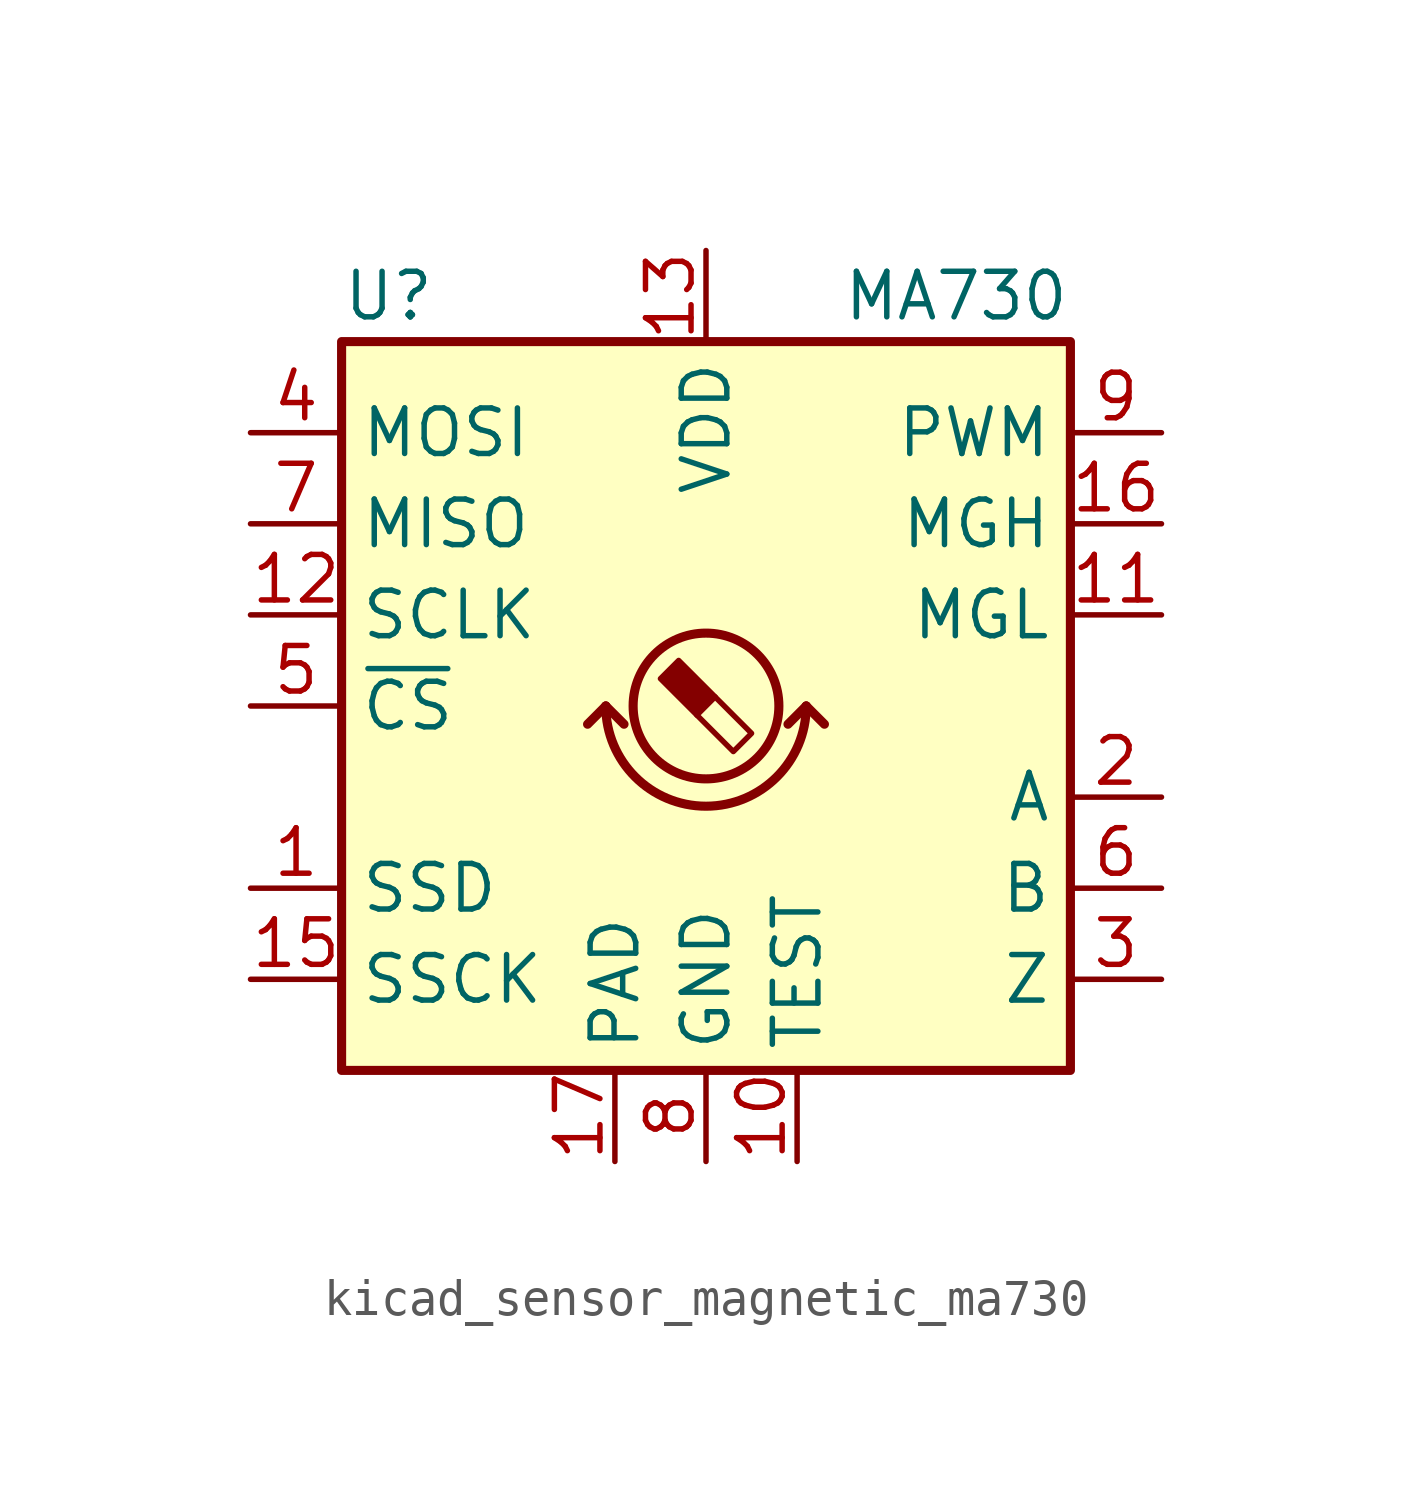
<source format=kicad_sym>
(kicad_symbol_lib
  (version 20220914)
  (generator kicad_symbol_editor)
  (symbol "kicad_sensor_magnetic_ma730"
    (property "Reference" "U"
      (at -10.16 11.43 0)
      (effects (font (size 1.27 1.27)) (justify left)))
    (property "Value" "MA730"
      (at 10.16 11.43 0)
      (effects (font (size 1.27 1.27)) (justify right)))
    (symbol "kicad_sensor_magnetic_ma730_0_1"
      (rectangle (start -10.16 10.16) (end 10.16 -10.16) (stroke (width 0.254) (type default)) (fill (type background)))
      (arc (start -2.794 0) (mid 0 -2.7819) (end 2.794 0) (stroke (width 0.254) (type default)) (fill (type none)))
      (polyline (pts (xy -2.794 0) (xy -3.302 -0.508)) (stroke (width 0.254) (type default)) (fill (type none)))
      (polyline (pts (xy -2.794 0) (xy -2.286 -0.508)) (stroke (width 0.254) (type default)) (fill (type none)))
      (polyline (pts (xy 2.794 0) (xy 2.286 -0.508)) (stroke (width 0.254) (type default)) (fill (type none)))
      (polyline (pts (xy 2.794 0) (xy 3.302 -0.508)) (stroke (width 0.254) (type default)) (fill (type none))))
    (symbol "kicad_sensor_magnetic_ma730_1_1"
      (polyline (pts (xy 0.254 0.254) (xy 1.27 -0.762) (xy 0.762 -1.27) (xy -0.254 -0.254)) (stroke (width 0) (type default)) (fill (type none)))
      (polyline (pts (xy -0.762 1.27) (xy 0.254 0.254) (xy -0.254 -0.254) (xy -1.27 0.762) (xy -1.016 1.016) (xy -0.762 1.27) (xy -0.635 1.143)) (stroke (width 0) (type default)) (fill (type outline)))
      (circle (center 0 0) (radius 2.032) (stroke (width 0.254) (type default)) (fill (type none)))
      (pin output line (at -12.7 -5.08 0) (length 2.54) (name "SSD" (effects (font (size 1.27 1.27)))) (number "1" (effects (font (size 1.27 1.27)))))
      (pin passive line (at 2.54 -12.7 90) (length 2.54) (name "TEST" (effects (font (size 1.27 1.27)))) (number "10" (effects (font (size 1.27 1.27)))))
      (pin output line (at 12.7 2.54 180) (length 2.54) (name "MGL" (effects (font (size 1.27 1.27)))) (number "11" (effects (font (size 1.27 1.27)))))
      (pin input line (at -12.7 2.54 0) (length 2.54) (name "SCLK" (effects (font (size 1.27 1.27)))) (number "12" (effects (font (size 1.27 1.27)))))
      (pin power_in line (at 0 12.7 270) (length 2.54) (name "VDD" (effects (font (size 1.27 1.27)))) (number "13" (effects (font (size 1.27 1.27)))))
      (pin no_connect line (at 5.08 -10.16 90) (length 2.54) hide (name "NC" (effects (font (size 1.27 1.27)))) (number "14" (effects (font (size 1.27 1.27)))))
      (pin input line (at -12.7 -7.62 0) (length 2.54) (name "SSCK" (effects (font (size 1.27 1.27)))) (number "15" (effects (font (size 1.27 1.27)))))
      (pin output line (at 12.7 5.08 180) (length 2.54) (name "MGH" (effects (font (size 1.27 1.27)))) (number "16" (effects (font (size 1.27 1.27)))))
      (pin input line (at -2.54 -12.7 90) (length 2.54) (name "PAD" (effects (font (size 1.27 1.27)))) (number "17" (effects (font (size 1.27 1.27)))))
      (pin output line (at 12.7 -2.54 180) (length 2.54) (name "A" (effects (font (size 1.27 1.27)))) (number "2" (effects (font (size 1.27 1.27)))))
      (pin output line (at 12.7 -7.62 180) (length 2.54) (name "Z" (effects (font (size 1.27 1.27)))) (number "3" (effects (font (size 1.27 1.27)))))
      (pin input line (at -12.7 7.62 0) (length 2.54) (name "MOSI" (effects (font (size 1.27 1.27)))) (number "4" (effects (font (size 1.27 1.27)))))
      (pin input line (at -12.7 0 0) (length 2.54) (name "~{CS}" (effects (font (size 1.27 1.27)))) (number "5" (effects (font (size 1.27 1.27)))))
      (pin output line (at 12.7 -5.08 180) (length 2.54) (name "B" (effects (font (size 1.27 1.27)))) (number "6" (effects (font (size 1.27 1.27)))))
      (pin output line (at -12.7 5.08 0) (length 2.54) (name "MISO" (effects (font (size 1.27 1.27)))) (number "7" (effects (font (size 1.27 1.27)))))
      (pin power_in line (at 0 -12.7 90) (length 2.54) (name "GND" (effects (font (size 1.27 1.27)))) (number "8" (effects (font (size 1.27 1.27)))))
      (pin output line (at 12.7 7.62 180) (length 2.54) (name "PWM" (effects (font (size 1.27 1.27)))) (number "9" (effects (font (size 1.27 1.27))))))))
</source>
